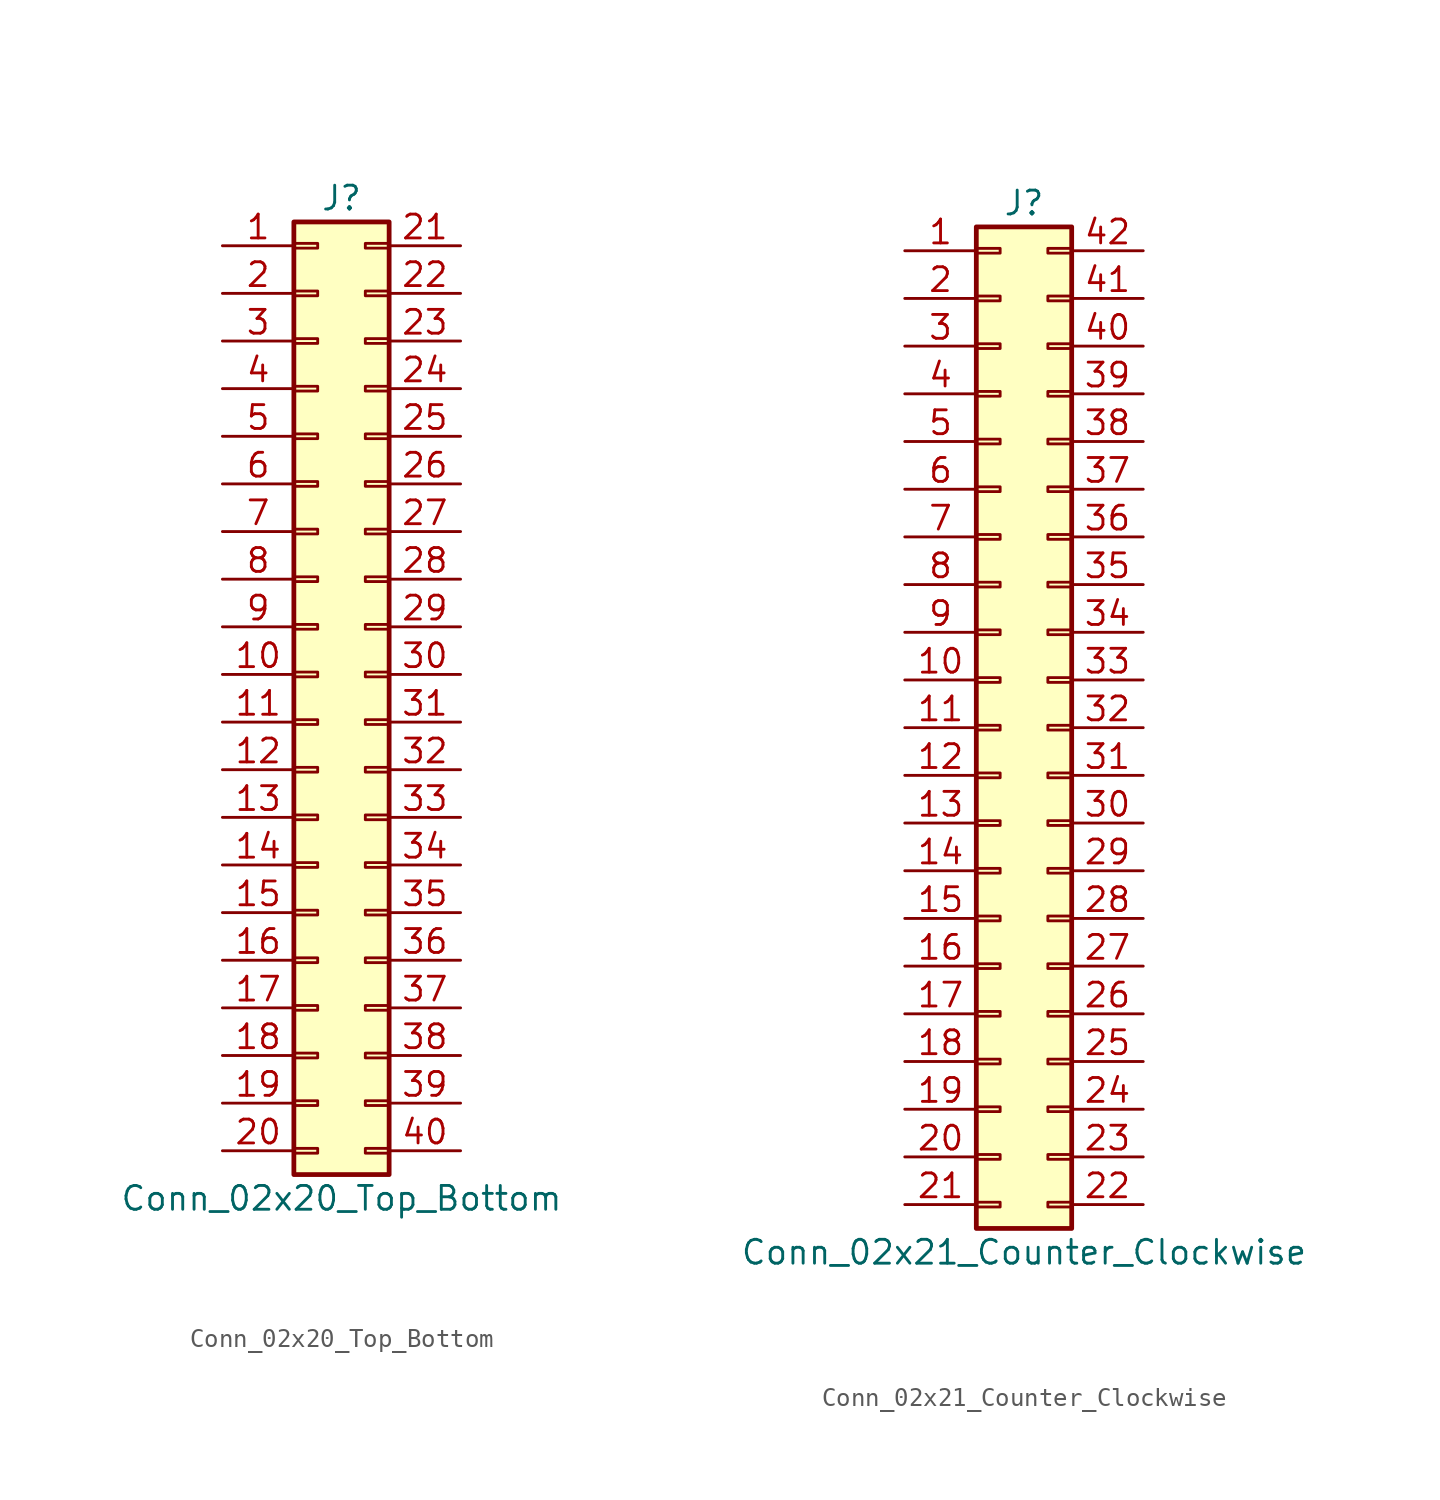
<source format=kicad_sym>
(kicad_symbol_lib
  (version 20201005)
  (generator kicad_symbol_editor)
  (symbol "Connector_Generic:Conn_02x20_Top_Bottom"
    (pin_names
      (offset 1.016) hide)
    (property "Reference" "J"
      (at 1.27 25.4 0)
      (effects (font (size 1.27 1.27))))
    (property "Value" "Conn_02x20_Top_Bottom"
      (at 1.27 -27.94 0)
      (effects (font (size 1.27 1.27))))
    (symbol "Conn_02x20_Top_Bottom_1_1"
      (rectangle (start -1.27 -4.953) (end 0 -5.207) (stroke (width 0.152)) (fill (type none)))
      (rectangle (start -1.27 -7.493) (end 0 -7.747) (stroke (width 0.152)) (fill (type none)))
      (rectangle (start -1.27 -10.033) (end 0 -10.287) (stroke (width 0.152)) (fill (type none)))
      (rectangle (start -1.27 -12.573) (end 0 -12.827) (stroke (width 0.152)) (fill (type none)))
      (rectangle (start -1.27 -15.113) (end 0 -15.367) (stroke (width 0.152)) (fill (type none)))
      (rectangle (start -1.27 -17.653) (end 0 -17.907) (stroke (width 0.152)) (fill (type none)))
      (rectangle (start -1.27 -20.193) (end 0 -20.447) (stroke (width 0.152)) (fill (type none)))
      (rectangle (start -1.27 -22.733) (end 0 -22.987) (stroke (width 0.152)) (fill (type none)))
      (rectangle (start -1.27 -2.413) (end 0 -2.667) (stroke (width 0.152)) (fill (type none)))
      (rectangle (start -1.27 -25.273) (end 0 -25.527) (stroke (width 0.152)) (fill (type none)))
      (rectangle (start -1.27 2.667) (end 0 2.413) (stroke (width 0.152)) (fill (type none)))
      (rectangle (start -1.27 5.207) (end 0 4.953) (stroke (width 0.152)) (fill (type none)))
      (rectangle (start -1.27 7.747) (end 0 7.493) (stroke (width 0.152)) (fill (type none)))
      (rectangle (start -1.27 10.287) (end 0 10.033) (stroke (width 0.152)) (fill (type none)))
      (rectangle (start -1.27 0.127) (end 0 -0.127) (stroke (width 0.152)) (fill (type none)))
      (rectangle (start -1.27 12.827) (end 0 12.573) (stroke (width 0.152)) (fill (type none)))
      (rectangle (start -1.27 15.367) (end 0 15.113) (stroke (width 0.152)) (fill (type none)))
      (rectangle (start -1.27 17.907) (end 0 17.653) (stroke (width 0.152)) (fill (type none)))
      (rectangle (start -1.27 20.447) (end 0 20.193) (stroke (width 0.152)) (fill (type none)))
      (rectangle (start -1.27 22.987) (end 0 22.733) (stroke (width 0.152)) (fill (type none)))
      (rectangle (start -1.27 24.13) (end 3.81 -26.67) (stroke (width 0.254)) (fill (type background)))
      (rectangle (start 3.81 -4.953) (end 2.54 -5.207) (stroke (width 0.152)) (fill (type none)))
      (rectangle (start 3.81 -7.493) (end 2.54 -7.747) (stroke (width 0.152)) (fill (type none)))
      (rectangle (start 3.81 -10.033) (end 2.54 -10.287) (stroke (width 0.152)) (fill (type none)))
      (rectangle (start 3.81 -12.573) (end 2.54 -12.827) (stroke (width 0.152)) (fill (type none)))
      (rectangle (start 3.81 -15.113) (end 2.54 -15.367) (stroke (width 0.152)) (fill (type none)))
      (rectangle (start 3.81 -17.653) (end 2.54 -17.907) (stroke (width 0.152)) (fill (type none)))
      (rectangle (start 3.81 -20.193) (end 2.54 -20.447) (stroke (width 0.152)) (fill (type none)))
      (rectangle (start 3.81 -22.733) (end 2.54 -22.987) (stroke (width 0.152)) (fill (type none)))
      (rectangle (start 3.81 -2.413) (end 2.54 -2.667) (stroke (width 0.152)) (fill (type none)))
      (rectangle (start 3.81 -25.273) (end 2.54 -25.527) (stroke (width 0.152)) (fill (type none)))
      (rectangle (start 3.81 2.667) (end 2.54 2.413) (stroke (width 0.152)) (fill (type none)))
      (rectangle (start 3.81 5.207) (end 2.54 4.953) (stroke (width 0.152)) (fill (type none)))
      (rectangle (start 3.81 7.747) (end 2.54 7.493) (stroke (width 0.152)) (fill (type none)))
      (rectangle (start 3.81 10.287) (end 2.54 10.033) (stroke (width 0.152)) (fill (type none)))
      (rectangle (start 3.81 0.127) (end 2.54 -0.127) (stroke (width 0.152)) (fill (type none)))
      (rectangle (start 3.81 12.827) (end 2.54 12.573) (stroke (width 0.152)) (fill (type none)))
      (rectangle (start 3.81 15.367) (end 2.54 15.113) (stroke (width 0.152)) (fill (type none)))
      (rectangle (start 3.81 17.907) (end 2.54 17.653) (stroke (width 0.152)) (fill (type none)))
      (rectangle (start 3.81 20.447) (end 2.54 20.193) (stroke (width 0.152)) (fill (type none)))
      (rectangle (start 3.81 22.987) (end 2.54 22.733) (stroke (width 0.152)) (fill (type none)))
      (pin passive line (at -5.08 22.86 0) (length 3.81) (name "Pin_1" (effects (font (size 1.27 1.27)))) (number "1" (effects (font (size 1.27 1.27)))))
      (pin passive line (at -5.08 0 0) (length 3.81) (name "Pin_10" (effects (font (size 1.27 1.27)))) (number "10" (effects (font (size 1.27 1.27)))))
      (pin passive line (at -5.08 -2.54 0) (length 3.81) (name "Pin_11" (effects (font (size 1.27 1.27)))) (number "11" (effects (font (size 1.27 1.27)))))
      (pin passive line (at -5.08 -5.08 0) (length 3.81) (name "Pin_12" (effects (font (size 1.27 1.27)))) (number "12" (effects (font (size 1.27 1.27)))))
      (pin passive line (at -5.08 -7.62 0) (length 3.81) (name "Pin_13" (effects (font (size 1.27 1.27)))) (number "13" (effects (font (size 1.27 1.27)))))
      (pin passive line (at -5.08 -10.16 0) (length 3.81) (name "Pin_14" (effects (font (size 1.27 1.27)))) (number "14" (effects (font (size 1.27 1.27)))))
      (pin passive line (at -5.08 -12.7 0) (length 3.81) (name "Pin_15" (effects (font (size 1.27 1.27)))) (number "15" (effects (font (size 1.27 1.27)))))
      (pin passive line (at -5.08 -15.24 0) (length 3.81) (name "Pin_16" (effects (font (size 1.27 1.27)))) (number "16" (effects (font (size 1.27 1.27)))))
      (pin passive line (at -5.08 -17.78 0) (length 3.81) (name "Pin_17" (effects (font (size 1.27 1.27)))) (number "17" (effects (font (size 1.27 1.27)))))
      (pin passive line (at -5.08 -20.32 0) (length 3.81) (name "Pin_18" (effects (font (size 1.27 1.27)))) (number "18" (effects (font (size 1.27 1.27)))))
      (pin passive line (at -5.08 -22.86 0) (length 3.81) (name "Pin_19" (effects (font (size 1.27 1.27)))) (number "19" (effects (font (size 1.27 1.27)))))
      (pin passive line (at -5.08 20.32 0) (length 3.81) (name "Pin_2" (effects (font (size 1.27 1.27)))) (number "2" (effects (font (size 1.27 1.27)))))
      (pin passive line (at -5.08 -25.4 0) (length 3.81) (name "Pin_20" (effects (font (size 1.27 1.27)))) (number "20" (effects (font (size 1.27 1.27)))))
      (pin passive line (at 7.62 22.86 180) (length 3.81) (name "Pin_21" (effects (font (size 1.27 1.27)))) (number "21" (effects (font (size 1.27 1.27)))))
      (pin passive line (at 7.62 20.32 180) (length 3.81) (name "Pin_22" (effects (font (size 1.27 1.27)))) (number "22" (effects (font (size 1.27 1.27)))))
      (pin passive line (at 7.62 17.78 180) (length 3.81) (name "Pin_23" (effects (font (size 1.27 1.27)))) (number "23" (effects (font (size 1.27 1.27)))))
      (pin passive line (at 7.62 15.24 180) (length 3.81) (name "Pin_24" (effects (font (size 1.27 1.27)))) (number "24" (effects (font (size 1.27 1.27)))))
      (pin passive line (at 7.62 12.7 180) (length 3.81) (name "Pin_25" (effects (font (size 1.27 1.27)))) (number "25" (effects (font (size 1.27 1.27)))))
      (pin passive line (at 7.62 10.16 180) (length 3.81) (name "Pin_26" (effects (font (size 1.27 1.27)))) (number "26" (effects (font (size 1.27 1.27)))))
      (pin passive line (at 7.62 7.62 180) (length 3.81) (name "Pin_27" (effects (font (size 1.27 1.27)))) (number "27" (effects (font (size 1.27 1.27)))))
      (pin passive line (at 7.62 5.08 180) (length 3.81) (name "Pin_28" (effects (font (size 1.27 1.27)))) (number "28" (effects (font (size 1.27 1.27)))))
      (pin passive line (at 7.62 2.54 180) (length 3.81) (name "Pin_29" (effects (font (size 1.27 1.27)))) (number "29" (effects (font (size 1.27 1.27)))))
      (pin passive line (at -5.08 17.78 0) (length 3.81) (name "Pin_3" (effects (font (size 1.27 1.27)))) (number "3" (effects (font (size 1.27 1.27)))))
      (pin passive line (at 7.62 0 180) (length 3.81) (name "Pin_30" (effects (font (size 1.27 1.27)))) (number "30" (effects (font (size 1.27 1.27)))))
      (pin passive line (at 7.62 -2.54 180) (length 3.81) (name "Pin_31" (effects (font (size 1.27 1.27)))) (number "31" (effects (font (size 1.27 1.27)))))
      (pin passive line (at 7.62 -5.08 180) (length 3.81) (name "Pin_32" (effects (font (size 1.27 1.27)))) (number "32" (effects (font (size 1.27 1.27)))))
      (pin passive line (at 7.62 -7.62 180) (length 3.81) (name "Pin_33" (effects (font (size 1.27 1.27)))) (number "33" (effects (font (size 1.27 1.27)))))
      (pin passive line (at 7.62 -10.16 180) (length 3.81) (name "Pin_34" (effects (font (size 1.27 1.27)))) (number "34" (effects (font (size 1.27 1.27)))))
      (pin passive line (at 7.62 -12.7 180) (length 3.81) (name "Pin_35" (effects (font (size 1.27 1.27)))) (number "35" (effects (font (size 1.27 1.27)))))
      (pin passive line (at 7.62 -15.24 180) (length 3.81) (name "Pin_36" (effects (font (size 1.27 1.27)))) (number "36" (effects (font (size 1.27 1.27)))))
      (pin passive line (at 7.62 -17.78 180) (length 3.81) (name "Pin_37" (effects (font (size 1.27 1.27)))) (number "37" (effects (font (size 1.27 1.27)))))
      (pin passive line (at 7.62 -20.32 180) (length 3.81) (name "Pin_38" (effects (font (size 1.27 1.27)))) (number "38" (effects (font (size 1.27 1.27)))))
      (pin passive line (at 7.62 -22.86 180) (length 3.81) (name "Pin_39" (effects (font (size 1.27 1.27)))) (number "39" (effects (font (size 1.27 1.27)))))
      (pin passive line (at -5.08 15.24 0) (length 3.81) (name "Pin_4" (effects (font (size 1.27 1.27)))) (number "4" (effects (font (size 1.27 1.27)))))
      (pin passive line (at 7.62 -25.4 180) (length 3.81) (name "Pin_40" (effects (font (size 1.27 1.27)))) (number "40" (effects (font (size 1.27 1.27)))))
      (pin passive line (at -5.08 12.7 0) (length 3.81) (name "Pin_5" (effects (font (size 1.27 1.27)))) (number "5" (effects (font (size 1.27 1.27)))))
      (pin passive line (at -5.08 10.16 0) (length 3.81) (name "Pin_6" (effects (font (size 1.27 1.27)))) (number "6" (effects (font (size 1.27 1.27)))))
      (pin passive line (at -5.08 7.62 0) (length 3.81) (name "Pin_7" (effects (font (size 1.27 1.27)))) (number "7" (effects (font (size 1.27 1.27)))))
      (pin passive line (at -5.08 5.08 0) (length 3.81) (name "Pin_8" (effects (font (size 1.27 1.27)))) (number "8" (effects (font (size 1.27 1.27)))))
      (pin passive line (at -5.08 2.54 0) (length 3.81) (name "Pin_9" (effects (font (size 1.27 1.27)))) (number "9" (effects (font (size 1.27 1.27)))))))
  (symbol "Connector_Generic:Conn_02x21_Counter_Clockwise"
    (pin_names
      (offset 1.016) hide)
    (property "Reference" "J"
      (at 1.27 27.94 0)
      (effects (font (size 1.27 1.27))))
    (property "Value" "Conn_02x21_Counter_Clockwise"
      (at 1.27 -27.94 0)
      (effects (font (size 1.27 1.27))))
    (symbol "Conn_02x21_Counter_Clockwise_1_1"
      (rectangle (start -1.27 -4.953) (end 0 -5.207) (stroke (width 0.152)) (fill (type none)))
      (rectangle (start -1.27 -7.493) (end 0 -7.747) (stroke (width 0.152)) (fill (type none)))
      (rectangle (start -1.27 -10.033) (end 0 -10.287) (stroke (width 0.152)) (fill (type none)))
      (rectangle (start -1.27 -12.573) (end 0 -12.827) (stroke (width 0.152)) (fill (type none)))
      (rectangle (start -1.27 -15.113) (end 0 -15.367) (stroke (width 0.152)) (fill (type none)))
      (rectangle (start -1.27 -17.653) (end 0 -17.907) (stroke (width 0.152)) (fill (type none)))
      (rectangle (start -1.27 -20.193) (end 0 -20.447) (stroke (width 0.152)) (fill (type none)))
      (rectangle (start -1.27 -22.733) (end 0 -22.987) (stroke (width 0.152)) (fill (type none)))
      (rectangle (start -1.27 -2.413) (end 0 -2.667) (stroke (width 0.152)) (fill (type none)))
      (rectangle (start -1.27 -25.273) (end 0 -25.527) (stroke (width 0.152)) (fill (type none)))
      (rectangle (start -1.27 25.527) (end 0 25.273) (stroke (width 0.152)) (fill (type none)))
      (rectangle (start -1.27 2.667) (end 0 2.413) (stroke (width 0.152)) (fill (type none)))
      (rectangle (start -1.27 26.67) (end 3.81 -26.67) (stroke (width 0.254)) (fill (type background)))
      (rectangle (start -1.27 5.207) (end 0 4.953) (stroke (width 0.152)) (fill (type none)))
      (rectangle (start -1.27 7.747) (end 0 7.493) (stroke (width 0.152)) (fill (type none)))
      (rectangle (start -1.27 10.287) (end 0 10.033) (stroke (width 0.152)) (fill (type none)))
      (rectangle (start -1.27 0.127) (end 0 -0.127) (stroke (width 0.152)) (fill (type none)))
      (rectangle (start -1.27 12.827) (end 0 12.573) (stroke (width 0.152)) (fill (type none)))
      (rectangle (start -1.27 15.367) (end 0 15.113) (stroke (width 0.152)) (fill (type none)))
      (rectangle (start -1.27 17.907) (end 0 17.653) (stroke (width 0.152)) (fill (type none)))
      (rectangle (start -1.27 20.447) (end 0 20.193) (stroke (width 0.152)) (fill (type none)))
      (rectangle (start -1.27 22.987) (end 0 22.733) (stroke (width 0.152)) (fill (type none)))
      (rectangle (start 3.81 -4.953) (end 2.54 -5.207) (stroke (width 0.152)) (fill (type none)))
      (rectangle (start 3.81 -7.493) (end 2.54 -7.747) (stroke (width 0.152)) (fill (type none)))
      (rectangle (start 3.81 -10.033) (end 2.54 -10.287) (stroke (width 0.152)) (fill (type none)))
      (rectangle (start 3.81 -12.573) (end 2.54 -12.827) (stroke (width 0.152)) (fill (type none)))
      (rectangle (start 3.81 -15.113) (end 2.54 -15.367) (stroke (width 0.152)) (fill (type none)))
      (rectangle (start 3.81 -17.653) (end 2.54 -17.907) (stroke (width 0.152)) (fill (type none)))
      (rectangle (start 3.81 -20.193) (end 2.54 -20.447) (stroke (width 0.152)) (fill (type none)))
      (rectangle (start 3.81 -22.733) (end 2.54 -22.987) (stroke (width 0.152)) (fill (type none)))
      (rectangle (start 3.81 -2.413) (end 2.54 -2.667) (stroke (width 0.152)) (fill (type none)))
      (rectangle (start 3.81 -25.273) (end 2.54 -25.527) (stroke (width 0.152)) (fill (type none)))
      (rectangle (start 3.81 25.527) (end 2.54 25.273) (stroke (width 0.152)) (fill (type none)))
      (rectangle (start 3.81 2.667) (end 2.54 2.413) (stroke (width 0.152)) (fill (type none)))
      (rectangle (start 3.81 5.207) (end 2.54 4.953) (stroke (width 0.152)) (fill (type none)))
      (rectangle (start 3.81 7.747) (end 2.54 7.493) (stroke (width 0.152)) (fill (type none)))
      (rectangle (start 3.81 10.287) (end 2.54 10.033) (stroke (width 0.152)) (fill (type none)))
      (rectangle (start 3.81 0.127) (end 2.54 -0.127) (stroke (width 0.152)) (fill (type none)))
      (rectangle (start 3.81 12.827) (end 2.54 12.573) (stroke (width 0.152)) (fill (type none)))
      (rectangle (start 3.81 15.367) (end 2.54 15.113) (stroke (width 0.152)) (fill (type none)))
      (rectangle (start 3.81 17.907) (end 2.54 17.653) (stroke (width 0.152)) (fill (type none)))
      (rectangle (start 3.81 20.447) (end 2.54 20.193) (stroke (width 0.152)) (fill (type none)))
      (rectangle (start 3.81 22.987) (end 2.54 22.733) (stroke (width 0.152)) (fill (type none)))
      (pin passive line (at -5.08 25.4 0) (length 3.81) (name "Pin_1" (effects (font (size 1.27 1.27)))) (number "1" (effects (font (size 1.27 1.27)))))
      (pin passive line (at -5.08 2.54 0) (length 3.81) (name "Pin_10" (effects (font (size 1.27 1.27)))) (number "10" (effects (font (size 1.27 1.27)))))
      (pin passive line (at -5.08 0 0) (length 3.81) (name "Pin_11" (effects (font (size 1.27 1.27)))) (number "11" (effects (font (size 1.27 1.27)))))
      (pin passive line (at -5.08 -2.54 0) (length 3.81) (name "Pin_12" (effects (font (size 1.27 1.27)))) (number "12" (effects (font (size 1.27 1.27)))))
      (pin passive line (at -5.08 -5.08 0) (length 3.81) (name "Pin_13" (effects (font (size 1.27 1.27)))) (number "13" (effects (font (size 1.27 1.27)))))
      (pin passive line (at -5.08 -7.62 0) (length 3.81) (name "Pin_14" (effects (font (size 1.27 1.27)))) (number "14" (effects (font (size 1.27 1.27)))))
      (pin passive line (at -5.08 -10.16 0) (length 3.81) (name "Pin_15" (effects (font (size 1.27 1.27)))) (number "15" (effects (font (size 1.27 1.27)))))
      (pin passive line (at -5.08 -12.7 0) (length 3.81) (name "Pin_16" (effects (font (size 1.27 1.27)))) (number "16" (effects (font (size 1.27 1.27)))))
      (pin passive line (at -5.08 -15.24 0) (length 3.81) (name "Pin_17" (effects (font (size 1.27 1.27)))) (number "17" (effects (font (size 1.27 1.27)))))
      (pin passive line (at -5.08 -17.78 0) (length 3.81) (name "Pin_18" (effects (font (size 1.27 1.27)))) (number "18" (effects (font (size 1.27 1.27)))))
      (pin passive line (at -5.08 -20.32 0) (length 3.81) (name "Pin_19" (effects (font (size 1.27 1.27)))) (number "19" (effects (font (size 1.27 1.27)))))
      (pin passive line (at -5.08 22.86 0) (length 3.81) (name "Pin_2" (effects (font (size 1.27 1.27)))) (number "2" (effects (font (size 1.27 1.27)))))
      (pin passive line (at -5.08 -22.86 0) (length 3.81) (name "Pin_20" (effects (font (size 1.27 1.27)))) (number "20" (effects (font (size 1.27 1.27)))))
      (pin passive line (at -5.08 -25.4 0) (length 3.81) (name "Pin_21" (effects (font (size 1.27 1.27)))) (number "21" (effects (font (size 1.27 1.27)))))
      (pin passive line (at 7.62 -25.4 180) (length 3.81) (name "Pin_22" (effects (font (size 1.27 1.27)))) (number "22" (effects (font (size 1.27 1.27)))))
      (pin passive line (at 7.62 -22.86 180) (length 3.81) (name "Pin_23" (effects (font (size 1.27 1.27)))) (number "23" (effects (font (size 1.27 1.27)))))
      (pin passive line (at 7.62 -20.32 180) (length 3.81) (name "Pin_24" (effects (font (size 1.27 1.27)))) (number "24" (effects (font (size 1.27 1.27)))))
      (pin passive line (at 7.62 -17.78 180) (length 3.81) (name "Pin_25" (effects (font (size 1.27 1.27)))) (number "25" (effects (font (size 1.27 1.27)))))
      (pin passive line (at 7.62 -15.24 180) (length 3.81) (name "Pin_26" (effects (font (size 1.27 1.27)))) (number "26" (effects (font (size 1.27 1.27)))))
      (pin passive line (at 7.62 -12.7 180) (length 3.81) (name "Pin_27" (effects (font (size 1.27 1.27)))) (number "27" (effects (font (size 1.27 1.27)))))
      (pin passive line (at 7.62 -10.16 180) (length 3.81) (name "Pin_28" (effects (font (size 1.27 1.27)))) (number "28" (effects (font (size 1.27 1.27)))))
      (pin passive line (at 7.62 -7.62 180) (length 3.81) (name "Pin_29" (effects (font (size 1.27 1.27)))) (number "29" (effects (font (size 1.27 1.27)))))
      (pin passive line (at -5.08 20.32 0) (length 3.81) (name "Pin_3" (effects (font (size 1.27 1.27)))) (number "3" (effects (font (size 1.27 1.27)))))
      (pin passive line (at 7.62 -5.08 180) (length 3.81) (name "Pin_30" (effects (font (size 1.27 1.27)))) (number "30" (effects (font (size 1.27 1.27)))))
      (pin passive line (at 7.62 -2.54 180) (length 3.81) (name "Pin_31" (effects (font (size 1.27 1.27)))) (number "31" (effects (font (size 1.27 1.27)))))
      (pin passive line (at 7.62 0 180) (length 3.81) (name "Pin_32" (effects (font (size 1.27 1.27)))) (number "32" (effects (font (size 1.27 1.27)))))
      (pin passive line (at 7.62 2.54 180) (length 3.81) (name "Pin_33" (effects (font (size 1.27 1.27)))) (number "33" (effects (font (size 1.27 1.27)))))
      (pin passive line (at 7.62 5.08 180) (length 3.81) (name "Pin_34" (effects (font (size 1.27 1.27)))) (number "34" (effects (font (size 1.27 1.27)))))
      (pin passive line (at 7.62 7.62 180) (length 3.81) (name "Pin_35" (effects (font (size 1.27 1.27)))) (number "35" (effects (font (size 1.27 1.27)))))
      (pin passive line (at 7.62 10.16 180) (length 3.81) (name "Pin_36" (effects (font (size 1.27 1.27)))) (number "36" (effects (font (size 1.27 1.27)))))
      (pin passive line (at 7.62 12.7 180) (length 3.81) (name "Pin_37" (effects (font (size 1.27 1.27)))) (number "37" (effects (font (size 1.27 1.27)))))
      (pin passive line (at 7.62 15.24 180) (length 3.81) (name "Pin_38" (effects (font (size 1.27 1.27)))) (number "38" (effects (font (size 1.27 1.27)))))
      (pin passive line (at 7.62 17.78 180) (length 3.81) (name "Pin_39" (effects (font (size 1.27 1.27)))) (number "39" (effects (font (size 1.27 1.27)))))
      (pin passive line (at -5.08 17.78 0) (length 3.81) (name "Pin_4" (effects (font (size 1.27 1.27)))) (number "4" (effects (font (size 1.27 1.27)))))
      (pin passive line (at 7.62 20.32 180) (length 3.81) (name "Pin_40" (effects (font (size 1.27 1.27)))) (number "40" (effects (font (size 1.27 1.27)))))
      (pin passive line (at 7.62 22.86 180) (length 3.81) (name "Pin_41" (effects (font (size 1.27 1.27)))) (number "41" (effects (font (size 1.27 1.27)))))
      (pin passive line (at 7.62 25.4 180) (length 3.81) (name "Pin_42" (effects (font (size 1.27 1.27)))) (number "42" (effects (font (size 1.27 1.27)))))
      (pin passive line (at -5.08 15.24 0) (length 3.81) (name "Pin_5" (effects (font (size 1.27 1.27)))) (number "5" (effects (font (size 1.27 1.27)))))
      (pin passive line (at -5.08 12.7 0) (length 3.81) (name "Pin_6" (effects (font (size 1.27 1.27)))) (number "6" (effects (font (size 1.27 1.27)))))
      (pin passive line (at -5.08 10.16 0) (length 3.81) (name "Pin_7" (effects (font (size 1.27 1.27)))) (number "7" (effects (font (size 1.27 1.27)))))
      (pin passive line (at -5.08 7.62 0) (length 3.81) (name "Pin_8" (effects (font (size 1.27 1.27)))) (number "8" (effects (font (size 1.27 1.27)))))
      (pin passive line (at -5.08 5.08 0) (length 3.81) (name "Pin_9" (effects (font (size 1.27 1.27)))) (number "9" (effects (font (size 1.27 1.27))))))))
</source>
